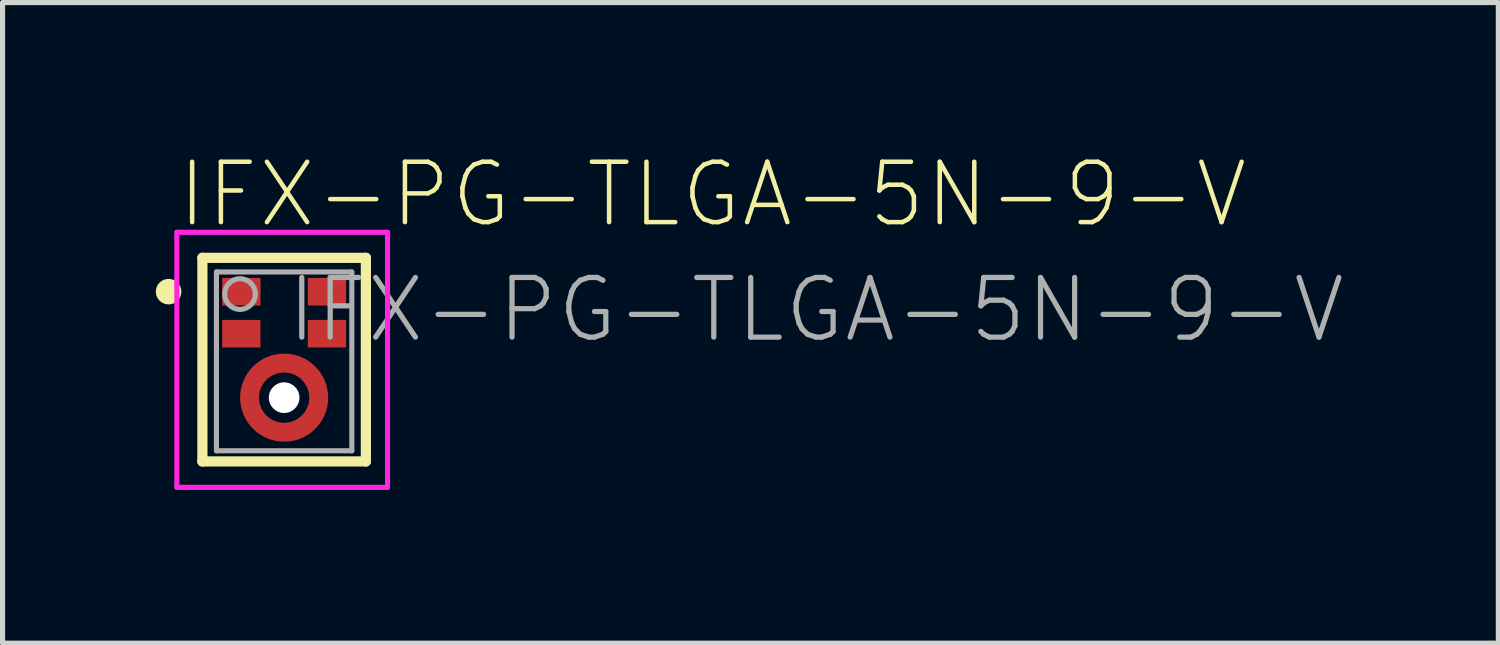
<source format=kicad_pcb>
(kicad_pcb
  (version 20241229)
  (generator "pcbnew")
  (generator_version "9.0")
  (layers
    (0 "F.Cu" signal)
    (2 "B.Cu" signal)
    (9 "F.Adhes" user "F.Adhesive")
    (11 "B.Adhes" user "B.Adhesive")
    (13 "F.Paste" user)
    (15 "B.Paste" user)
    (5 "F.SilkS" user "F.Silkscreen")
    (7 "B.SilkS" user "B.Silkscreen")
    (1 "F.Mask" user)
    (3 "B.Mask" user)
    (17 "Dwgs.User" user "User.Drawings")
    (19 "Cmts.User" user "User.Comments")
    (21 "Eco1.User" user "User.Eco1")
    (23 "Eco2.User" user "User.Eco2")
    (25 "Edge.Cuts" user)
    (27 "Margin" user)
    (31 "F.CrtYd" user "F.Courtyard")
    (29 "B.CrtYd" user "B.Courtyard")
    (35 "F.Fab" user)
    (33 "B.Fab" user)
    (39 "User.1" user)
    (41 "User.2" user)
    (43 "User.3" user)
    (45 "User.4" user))
  (footprint "IFX-PG-TLGA-5N-9-V"
    (layer "F.Cu")
    (at 2.512 3.697)
    (property "Reference" "IFX-PG-TLGA-5N-9-V" (at -2.14 -2.25 0) (unlocked yes) (layer "F.SilkS") (effects (font (size 1.182 1.182) (thickness 0.088)) (justify left bottom)))
    (fp_circle (center 0 1.037) (end 0.677 1.037) (stroke (width 0.37) (type solid)) (fill no) (layer "F.Cu"))
    (fp_circle (center 0 1.037) (end 0.677 1.037) (stroke (width 0.37) (type solid)) (fill no) (layer "F.Mask"))
    (fp_line (start -1.6 -1.7) (end 1.6 -1.7) (stroke (width 0.2) (type solid)) (layer "F.SilkS"))
    (fp_line (start -1.6 2.286) (end -1.6 -1.7) (stroke (width 0.2) (type solid)) (layer "F.SilkS"))
    (fp_line (start -1.6 2.286) (end 1.6 2.286) (stroke (width 0.2) (type solid)) (layer "F.SilkS"))
    (fp_line (start 1.6 2.286) (end 1.6 -1.7) (stroke (width 0.2) (type solid)) (layer "F.SilkS"))
    (fp_circle (center -2.262 -1.038) (end -2.137 -1.038) (stroke (width 0.25) (type solid)) (fill no) (layer "F.SilkS"))
    (fp_arc (start -0.674268 1.157774) (mid -0.57822 0.669731) (end -0.17729 0.37534) (stroke (width 0.29) (type solid)) (layer "F.Paste"))
    (fp_arc (start 0.23254 0.392681) (mid 0.607173 0.719881) (end 0.661659 1.21429) (stroke (width 0.29) (type solid)) (layer "F.Paste"))
    (fp_arc (start 0.441728 1.560546) (mid -0.028953 1.721387) (end -0.484368 1.521368) (stroke (width 0.29) (type solid)) (layer "F.Paste"))
    (fp_poly (pts (xy -0.566 -1.257) (xy -0.538 -1.229) (xy -0.523 -1.192) (xy -0.523 -0.882) (xy -0.538 -0.845) (xy -0.566 -0.817) (xy -0.603 -0.802) (xy -1.073 -0.802) (xy -1.11 -0.817) (xy -1.138 -0.845) (xy -1.153 -0.882) (xy -1.153 -1.192) (xy -1.138 -1.229) (xy -1.11 -1.257) (xy -1.073 -1.272) (xy -0.603 -1.272)) (stroke (width 0) (type default)) (fill yes) (layer "F.Paste"))
    (fp_poly (pts (xy 1.11 -1.257) (xy 1.138 -1.229) (xy 1.153 -1.192) (xy 1.153 -0.882) (xy 1.138 -0.845) (xy 1.11 -0.817) (xy 1.073 -0.802) (xy 0.603 -0.802) (xy 0.566 -0.817) (xy 0.538 -0.845) (xy 0.523 -0.882) (xy 0.523 -1.192) (xy 0.538 -1.229) (xy 0.566 -1.257) (xy 0.603 -1.272) (xy 1.073 -1.272)) (stroke (width 0) (type default)) (fill yes) (layer "F.Paste"))
    (fp_poly (pts (xy 1.11 -0.435) (xy 1.138 -0.407) (xy 1.153 -0.37) (xy 1.153 -0.06) (xy 1.138 -0.023) (xy 1.11 0.005) (xy 1.073 0.02) (xy 0.623 0.02) (xy 0.603 0.02) (xy 0.566 0.005) (xy 0.538 -0.023) (xy 0.523 -0.06) (xy 0.523 -0.37) (xy 0.538 -0.407) (xy 0.566 -0.435) (xy 0.603 -0.45) (xy 1.073 -0.45)) (stroke (width 0) (type default)) (fill yes) (layer "F.Paste"))
    (fp_poly (pts (xy -0.566 -0.435) (xy -0.538 -0.407) (xy -0.523 -0.37) (xy -0.523 -0.35) (xy -0.523 -0.08) (xy -0.523 -0.06) (xy -0.538 -0.023) (xy -0.566 0.005) (xy -0.603 0.02) (xy -1.053 0.02) (xy -1.073 0.02) (xy -1.11 0.005) (xy -1.138 -0.023) (xy -1.153 -0.06) (xy -1.153 -0.08) (xy -1.153 -0.35) (xy -1.153 -0.37) (xy -1.138 -0.407) (xy -1.11 -0.435) (xy -1.073 -0.45) (xy -0.603 -0.45)) (stroke (width 0) (type default)) (fill yes) (layer "F.Paste"))
    (fp_line (start -2.1 -2.2) (end 2.024 -2.2) (stroke (width 0.1) (type solid)) (layer "F.CrtYd"))
    (fp_line (start -2.1 2.793) (end -2.1 -2.2) (stroke (width 0.1) (type solid)) (layer "F.CrtYd"))
    (fp_line (start -2.1 2.793) (end 2.024 2.793) (stroke (width 0.1) (type solid)) (layer "F.CrtYd"))
    (fp_line (start 2.024 2.793) (end 2.024 -2.2) (stroke (width 0.1) (type solid)) (layer "F.CrtYd"))
    (fp_line (start -1.325 -1.423) (end 1.325 -1.423) (stroke (width 0.1) (type solid)) (layer "F.Fab"))
    (fp_line (start -1.325 2.077) (end -1.325 -1.423) (stroke (width 0.1) (type solid)) (layer "F.Fab"))
    (fp_line (start -1.325 2.077) (end 1.325 2.077) (stroke (width 0.1) (type solid)) (layer "F.Fab"))
    (fp_line (start 1.325 2.077) (end 1.325 -1.423) (stroke (width 0.1) (type solid)) (layer "F.Fab"))
    (fp_circle (center -0.864 -0.991) (end -0.564 -0.991) (stroke (width 0.1) (type solid)) (fill no) (layer "F.Fab"))
    (fp_circle (center 0 1.037) (end 0.246 1.037) (stroke (width 0.492) (type solid)) (fill no) (layer "User.1"))
    (fp_text user "${REFERENCE}" (at 0 0 0) (unlocked yes) (layer "F.Fab") (effects (font (size 1.168 1.168) (thickness 0.102)) (justify left bottom)))
    (pad "" np_thru_hole circle (at 0 1.037) (size 0.6 0.6) (drill 0.6) (layers "*.Cu" "*.Mask"))
    (pad "1" smd rect (at -0.838 -1.037 270) (size 0.54 0.75) (layers "F.Cu" "F.Mask"))
    (pad "2" smd rect (at -0.838 -0.215 270) (size 0.54 0.75) (layers "F.Cu" "F.Mask"))
    (pad "3" smd roundrect (at 0 0.359 270) (size 0.3 0.3) (layers "F.Cu") (roundrect_rratio 0.5))
    (pad "4" smd rect (at 0.838 -0.215 270) (size 0.54 0.75) (layers "F.Cu" "F.Mask"))
    (pad "5" smd rect (at 0.838 -1.037 270) (size 0.54 0.75) (layers "F.Cu" "F.Mask")))
  (gr_rect
    (start -3 -3)
    (end 26.28 9.54)
    (stroke (width 0.1) (type default))
    (fill no)
    (layer "Edge.Cuts")))
</source>
